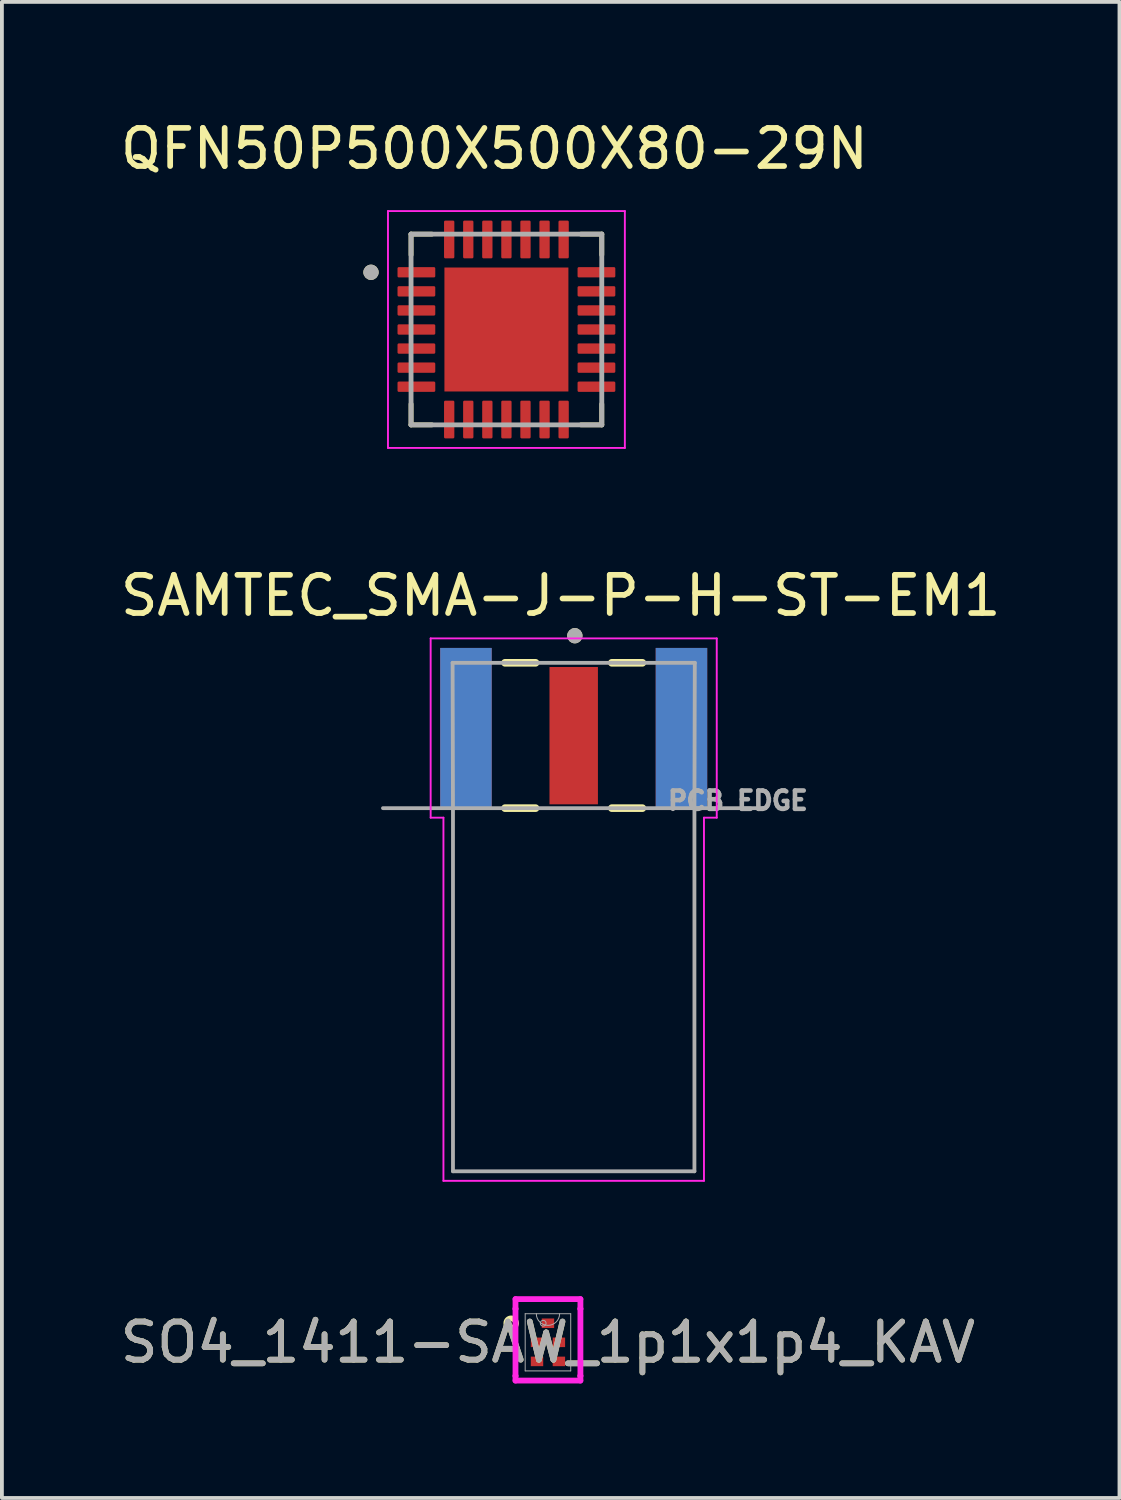
<source format=kicad_pcb>
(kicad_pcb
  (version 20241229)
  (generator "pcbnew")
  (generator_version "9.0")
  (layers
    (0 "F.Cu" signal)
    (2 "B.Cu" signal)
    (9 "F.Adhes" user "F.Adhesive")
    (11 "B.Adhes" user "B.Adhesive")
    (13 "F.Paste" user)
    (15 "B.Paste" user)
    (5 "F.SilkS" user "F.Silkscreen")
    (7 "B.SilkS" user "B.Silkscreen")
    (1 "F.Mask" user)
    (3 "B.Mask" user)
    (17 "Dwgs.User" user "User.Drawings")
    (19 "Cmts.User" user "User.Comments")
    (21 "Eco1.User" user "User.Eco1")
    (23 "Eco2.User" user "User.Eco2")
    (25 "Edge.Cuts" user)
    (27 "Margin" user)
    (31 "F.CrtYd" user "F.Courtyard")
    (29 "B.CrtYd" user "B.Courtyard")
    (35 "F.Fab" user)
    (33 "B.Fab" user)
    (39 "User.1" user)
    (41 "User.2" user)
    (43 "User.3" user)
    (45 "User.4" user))
  (footprint "SAMTEC_SMA-J-P-H-ST-EM1"
    (layer "F.Cu")
    (at 11.99 16.236)
    (property "Reference" "SAMTEC_SMA-J-P-H-ST-EM1" (at -0.341 -3.67 0) (layer "F.SilkS") (effects (font (size 1 1) (thickness 0.15))))
    (attr smd)
    (fp_line (start -1.8 -1.91) (end -1 -1.91) (stroke (width 0.2) (type solid)) (layer "F.SilkS"))
    (fp_line (start -1.8 1.9) (end -1 1.9) (stroke (width 0.2) (type solid)) (layer "F.SilkS"))
    (fp_line (start 1 -1.91) (end 1.8 -1.91) (stroke (width 0.2) (type solid)) (layer "F.SilkS"))
    (fp_line (start 1 1.9) (end 1.8 1.9) (stroke (width 0.2) (type solid)) (layer "F.SilkS"))
    (fp_circle (center 0.03 -2.62) (end 0.13 -2.62) (stroke (width 0.2) (type solid)) (fill no) (layer "F.SilkS"))
    (fp_line (start -3.75 -2.55) (end 3.75 -2.55) (stroke (width 0.05) (type solid)) (layer "F.CrtYd"))
    (fp_line (start -3.75 2.15) (end -3.75 -2.55) (stroke (width 0.05) (type solid)) (layer "F.CrtYd"))
    (fp_line (start -3.415 2.15) (end -3.75 2.15) (stroke (width 0.05) (type solid)) (layer "F.CrtYd"))
    (fp_line (start -3.415 11.67) (end -3.415 2.15) (stroke (width 0.05) (type solid)) (layer "F.CrtYd"))
    (fp_line (start 3.415 2.15) (end 3.415 11.67) (stroke (width 0.05) (type solid)) (layer "F.CrtYd"))
    (fp_line (start 3.415 11.67) (end -3.415 11.67) (stroke (width 0.05) (type solid)) (layer "F.CrtYd"))
    (fp_line (start 3.75 -2.55) (end 3.75 2.15) (stroke (width 0.05) (type solid)) (layer "F.CrtYd"))
    (fp_line (start 3.75 2.15) (end 3.415 2.15) (stroke (width 0.05) (type solid)) (layer "F.CrtYd"))
    (fp_line (start -5 1.9) (end -3.165 1.9) (stroke (width 0.1) (type solid)) (layer "F.Fab"))
    (fp_line (start -3.175 -1.91) (end 3.175 -1.91) (stroke (width 0.1) (type solid)) (layer "F.Fab"))
    (fp_line (start -3.165 1.9) (end -3.175 -1.91) (stroke (width 0.1) (type solid)) (layer "F.Fab"))
    (fp_line (start -3.165 1.9) (end 3.165 1.9) (stroke (width 0.1) (type solid)) (layer "F.Fab"))
    (fp_line (start -3.165 11.42) (end -3.165 1.9) (stroke (width 0.1) (type solid)) (layer "F.Fab"))
    (fp_line (start 3.165 1.9) (end 3.165 11.42) (stroke (width 0.1) (type solid)) (layer "F.Fab"))
    (fp_line (start 3.165 1.9) (end 5 1.9) (stroke (width 0.1) (type solid)) (layer "F.Fab"))
    (fp_line (start 3.165 11.42) (end -3.165 11.42) (stroke (width 0.1) (type solid)) (layer "F.Fab"))
    (fp_line (start 3.175 -1.91) (end 3.165 1.9) (stroke (width 0.1) (type solid)) (layer "F.Fab"))
    (fp_circle (center 0.03 -2.62) (end 0.13 -2.62) (stroke (width 0.2) (type solid)) (fill no) (layer "F.Fab"))
    (fp_text user "PCB EDGE" (at 4.304 1.702 0) (layer "F.Fab") (effects (font (size 0.48 0.48) (thickness 0.15))))
    (pad "1" smd rect (at 0 0) (size 1.27 3.6) (layers "F.Cu" "F.Mask" "F.Paste"))
    (pad "2_1" smd rect (at -2.825 -0.2) (size 1.35 4.2) (layers "F.Cu" "F.Mask" "F.Paste"))
    (pad "2_2" smd rect (at -2.825 -0.2) (size 1.35 4.2) (layers "B.Cu" "B.Mask" "B.Paste"))
    (pad "3_1" smd rect (at 2.825 -0.2) (size 1.35 4.2) (layers "F.Cu" "F.Mask" "F.Paste"))
    (pad "3_2" smd rect (at 2.825 -0.2) (size 1.35 4.2) (layers "B.Cu" "B.Mask" "B.Paste")))
  (footprint "QFN50P500X500X80-29N"
    (layer "F.Cu")
    (at 10.226 5.588)
    (property "Reference" "QFN50P500X500X80-29N" (at -0.315 -4.74 0) (layer "F.SilkS") (effects (font (size 1 1) (thickness 0.15))))
    (attr smd)
    (fp_line (start -2.5 -2.5) (end -2.5 -1.955) (stroke (width 0.127) (type solid)) (layer "F.SilkS"))
    (fp_line (start -2.5 -2.5) (end -1.955 -2.5) (stroke (width 0.127) (type solid)) (layer "F.SilkS"))
    (fp_line (start -2.5 2.5) (end -2.5 1.955) (stroke (width 0.127) (type solid)) (layer "F.SilkS"))
    (fp_line (start -2.5 2.5) (end -1.955 2.5) (stroke (width 0.127) (type solid)) (layer "F.SilkS"))
    (fp_line (start 2.5 -2.5) (end 1.955 -2.5) (stroke (width 0.127) (type solid)) (layer "F.SilkS"))
    (fp_line (start 2.5 -2.5) (end 2.5 -1.955) (stroke (width 0.127) (type solid)) (layer "F.SilkS"))
    (fp_line (start 2.5 2.5) (end 1.955 2.5) (stroke (width 0.127) (type solid)) (layer "F.SilkS"))
    (fp_line (start 2.5 2.5) (end 2.5 1.955) (stroke (width 0.127) (type solid)) (layer "F.SilkS"))
    (fp_circle (center -3.55 -1.5) (end -3.45 -1.5) (stroke (width 0.2) (type solid)) (fill no) (layer "F.SilkS"))
    (fp_poly (pts (xy -1.03 -1.03) (xy 1.03 -1.03) (xy 1.03 1.03) (xy -1.03 1.03)) (stroke (width 0.01) (type solid)) (fill yes) (layer "F.Paste"))
    (fp_line (start -3.105 -3.105) (end 3.105 -3.105) (stroke (width 0.05) (type solid)) (layer "F.CrtYd"))
    (fp_line (start -3.105 3.105) (end -3.105 -3.105) (stroke (width 0.05) (type solid)) (layer "F.CrtYd"))
    (fp_line (start -3.105 3.105) (end 3.105 3.105) (stroke (width 0.05) (type solid)) (layer "F.CrtYd"))
    (fp_line (start 3.105 3.105) (end 3.105 -3.105) (stroke (width 0.05) (type solid)) (layer "F.CrtYd"))
    (fp_line (start -2.5 2.5) (end -2.5 -2.5) (stroke (width 0.127) (type solid)) (layer "F.Fab"))
    (fp_line (start 2.5 -2.5) (end -2.5 -2.5) (stroke (width 0.127) (type solid)) (layer "F.Fab"))
    (fp_line (start 2.5 2.5) (end -2.5 2.5) (stroke (width 0.127) (type solid)) (layer "F.Fab"))
    (fp_line (start 2.5 2.5) (end 2.5 -2.5) (stroke (width 0.127) (type solid)) (layer "F.Fab"))
    (fp_circle (center -3.55 -1.5) (end -3.45 -1.5) (stroke (width 0.2) (type solid)) (fill no) (layer "F.Fab"))
    (pad "1" smd roundrect (at -2.36 -1.5) (size 0.99 0.27) (layers "F.Cu" "F.Mask" "F.Paste") (roundrect_rratio 0.125))
    (pad "2" smd roundrect (at -2.36 -1) (size 0.99 0.27) (layers "F.Cu" "F.Mask" "F.Paste") (roundrect_rratio 0.125))
    (pad "3" smd roundrect (at -2.36 -0.5) (size 0.99 0.27) (layers "F.Cu" "F.Mask" "F.Paste") (roundrect_rratio 0.125))
    (pad "4" smd roundrect (at -2.36 0) (size 0.99 0.27) (layers "F.Cu" "F.Mask" "F.Paste") (roundrect_rratio 0.125))
    (pad "5" smd roundrect (at -2.36 0.5) (size 0.99 0.27) (layers "F.Cu" "F.Mask" "F.Paste") (roundrect_rratio 0.125))
    (pad "6" smd roundrect (at -2.36 1) (size 0.99 0.27) (layers "F.Cu" "F.Mask" "F.Paste") (roundrect_rratio 0.125))
    (pad "7" smd roundrect (at -2.36 1.5) (size 0.99 0.27) (layers "F.Cu" "F.Mask" "F.Paste") (roundrect_rratio 0.125))
    (pad "8" smd roundrect (at -1.5 2.36) (size 0.27 0.99) (layers "F.Cu" "F.Mask" "F.Paste") (roundrect_rratio 0.125))
    (pad "9" smd roundrect (at -1 2.36) (size 0.27 0.99) (layers "F.Cu" "F.Mask" "F.Paste") (roundrect_rratio 0.125))
    (pad "10" smd roundrect (at -0.5 2.36) (size 0.27 0.99) (layers "F.Cu" "F.Mask" "F.Paste") (roundrect_rratio 0.125))
    (pad "11" smd roundrect (at 0 2.36) (size 0.27 0.99) (layers "F.Cu" "F.Mask" "F.Paste") (roundrect_rratio 0.125))
    (pad "12" smd roundrect (at 0.5 2.36) (size 0.27 0.99) (layers "F.Cu" "F.Mask" "F.Paste") (roundrect_rratio 0.125))
    (pad "13" smd roundrect (at 1 2.36) (size 0.27 0.99) (layers "F.Cu" "F.Mask" "F.Paste") (roundrect_rratio 0.125))
    (pad "14" smd roundrect (at 1.5 2.36) (size 0.27 0.99) (layers "F.Cu" "F.Mask" "F.Paste") (roundrect_rratio 0.125))
    (pad "15" smd roundrect (at 2.36 1.5) (size 0.99 0.27) (layers "F.Cu" "F.Mask" "F.Paste") (roundrect_rratio 0.125))
    (pad "16" smd roundrect (at 2.36 1) (size 0.99 0.27) (layers "F.Cu" "F.Mask" "F.Paste") (roundrect_rratio 0.125))
    (pad "17" smd roundrect (at 2.36 0.5) (size 0.99 0.27) (layers "F.Cu" "F.Mask" "F.Paste") (roundrect_rratio 0.125))
    (pad "18" smd roundrect (at 2.36 0) (size 0.99 0.27) (layers "F.Cu" "F.Mask" "F.Paste") (roundrect_rratio 0.125))
    (pad "19" smd roundrect (at 2.36 -0.5) (size 0.99 0.27) (layers "F.Cu" "F.Mask" "F.Paste") (roundrect_rratio 0.125))
    (pad "20" smd roundrect (at 2.36 -1) (size 0.99 0.27) (layers "F.Cu" "F.Mask" "F.Paste") (roundrect_rratio 0.125))
    (pad "21" smd roundrect (at 2.36 -1.5) (size 0.99 0.27) (layers "F.Cu" "F.Mask" "F.Paste") (roundrect_rratio 0.125))
    (pad "22" smd roundrect (at 1.5 -2.36) (size 0.27 0.99) (layers "F.Cu" "F.Mask" "F.Paste") (roundrect_rratio 0.125))
    (pad "23" smd roundrect (at 1 -2.36) (size 0.27 0.99) (layers "F.Cu" "F.Mask" "F.Paste") (roundrect_rratio 0.125))
    (pad "24" smd roundrect (at 0.5 -2.36) (size 0.27 0.99) (layers "F.Cu" "F.Mask" "F.Paste") (roundrect_rratio 0.125))
    (pad "25" smd roundrect (at 0 -2.36) (size 0.27 0.99) (layers "F.Cu" "F.Mask" "F.Paste") (roundrect_rratio 0.125))
    (pad "26" smd roundrect (at -0.5 -2.36) (size 0.27 0.99) (layers "F.Cu" "F.Mask" "F.Paste") (roundrect_rratio 0.125))
    (pad "27" smd roundrect (at -1 -2.36) (size 0.27 0.99) (layers "F.Cu" "F.Mask" "F.Paste") (roundrect_rratio 0.125))
    (pad "28" smd roundrect (at -1.5 -2.36) (size 0.27 0.99) (layers "F.Cu" "F.Mask" "F.Paste") (roundrect_rratio 0.125))
    (pad "29" smd rect (at 0 0) (size 3.25 3.25) (layers "F.Cu" "F.Mask")))
  (footprint "SO4_1411-SAW_1p1x1p4_KAV"
    (layer "F.Cu")
    (at 11.315 32.14)
    (property "Reference" "SO4_1411-SAW_1p1x1p4_KAV" (at 0 0 0) (unlocked yes) (layer "F.SilkS") (effects (font (size 1 1) (thickness 0.15))))
    (attr smd)
    (fp_circle (center -0.964 -0.5) (end -0.837 -0.5) (stroke (width 0.152) (type solid)) (fill no) (layer "F.SilkS"))
    (fp_line (start -0.851 -1.133) (end 0.851 -1.133) (stroke (width 0.152) (type solid)) (layer "F.CrtYd"))
    (fp_line (start -0.851 -0.879) (end -0.851 -1.133) (stroke (width 0.152) (type solid)) (layer "F.CrtYd"))
    (fp_line (start -0.851 -0.879) (end -0.851 -0.879) (stroke (width 0.152) (type solid)) (layer "F.CrtYd"))
    (fp_line (start -0.851 0.879) (end -0.851 -0.879) (stroke (width 0.152) (type solid)) (layer "F.CrtYd"))
    (fp_line (start -0.851 0.879) (end -0.851 0.879) (stroke (width 0.152) (type solid)) (layer "F.CrtYd"))
    (fp_line (start -0.851 1.003) (end -0.851 0.879) (stroke (width 0.152) (type solid)) (layer "F.CrtYd"))
    (fp_line (start 0.851 -1.133) (end 0.851 -0.879) (stroke (width 0.152) (type solid)) (layer "F.CrtYd"))
    (fp_line (start 0.851 -0.879) (end 0.851 -0.879) (stroke (width 0.152) (type solid)) (layer "F.CrtYd"))
    (fp_line (start 0.851 -0.879) (end 0.851 0.879) (stroke (width 0.152) (type solid)) (layer "F.CrtYd"))
    (fp_line (start 0.851 0.879) (end 0.851 0.879) (stroke (width 0.152) (type solid)) (layer "F.CrtYd"))
    (fp_line (start 0.851 0.879) (end 0.851 1.003) (stroke (width 0.152) (type solid)) (layer "F.CrtYd"))
    (fp_line (start 0.851 1.003) (end -0.851 1.003) (stroke (width 0.152) (type solid)) (layer "F.CrtYd"))
    (fp_line (start -0.597 -0.749) (end -0.597 0.749) (stroke (width 0.025) (type solid)) (layer "F.Fab"))
    (fp_line (start -0.597 0.749) (end 0.597 0.749) (stroke (width 0.025) (type solid)) (layer "F.Fab"))
    (fp_line (start 0.597 -0.749) (end -0.597 -0.749) (stroke (width 0.025) (type solid)) (layer "F.Fab"))
    (fp_line (start 0.597 0.749) (end 0.597 -0.749) (stroke (width 0.025) (type solid)) (layer "F.Fab"))
    (fp_arc (start 0.3048 -0.7493) (mid 0 -0.4445) (end -0.3048 -0.7493) (stroke (width 0.0254) (type solid)) (layer "F.Fab"))
    (fp_circle (center -0.125 -0.5) (end -0.049 -0.5) (stroke (width 0.025) (type solid)) (fill no) (layer "F.Fab"))
    (fp_text user "${REFERENCE}" (at 0 0 0) (unlocked yes) (layer "F.Fab") (effects (font (size 1 1) (thickness 0.15))))
    (pad "1" smd rect (at 0 -0.5) (size 0.325 0.25) (layers "F.Cu" "F.Mask" "F.Paste"))
    (pad "2" smd rect (at -0.287 0) (size 0.325 0.25) (layers "F.Cu" "F.Mask" "F.Paste"))
    (pad "3" smd rect (at -0.287 0.5) (size 0.325 0.25) (layers "F.Cu" "F.Mask" "F.Paste"))
    (pad "4" smd rect (at 0.287 0.5) (size 0.325 0.25) (layers "F.Cu" "F.Mask" "F.Paste"))
    (pad "5" smd rect (at 0.287 0) (size 0.325 0.25) (layers "F.Cu" "F.Mask" "F.Paste")))
  (gr_rect
    (start -3 -3)
    (end 26.298 36.22)
    (stroke (width 0.1) (type default))
    (fill no)
    (layer "Edge.Cuts")))
</source>
